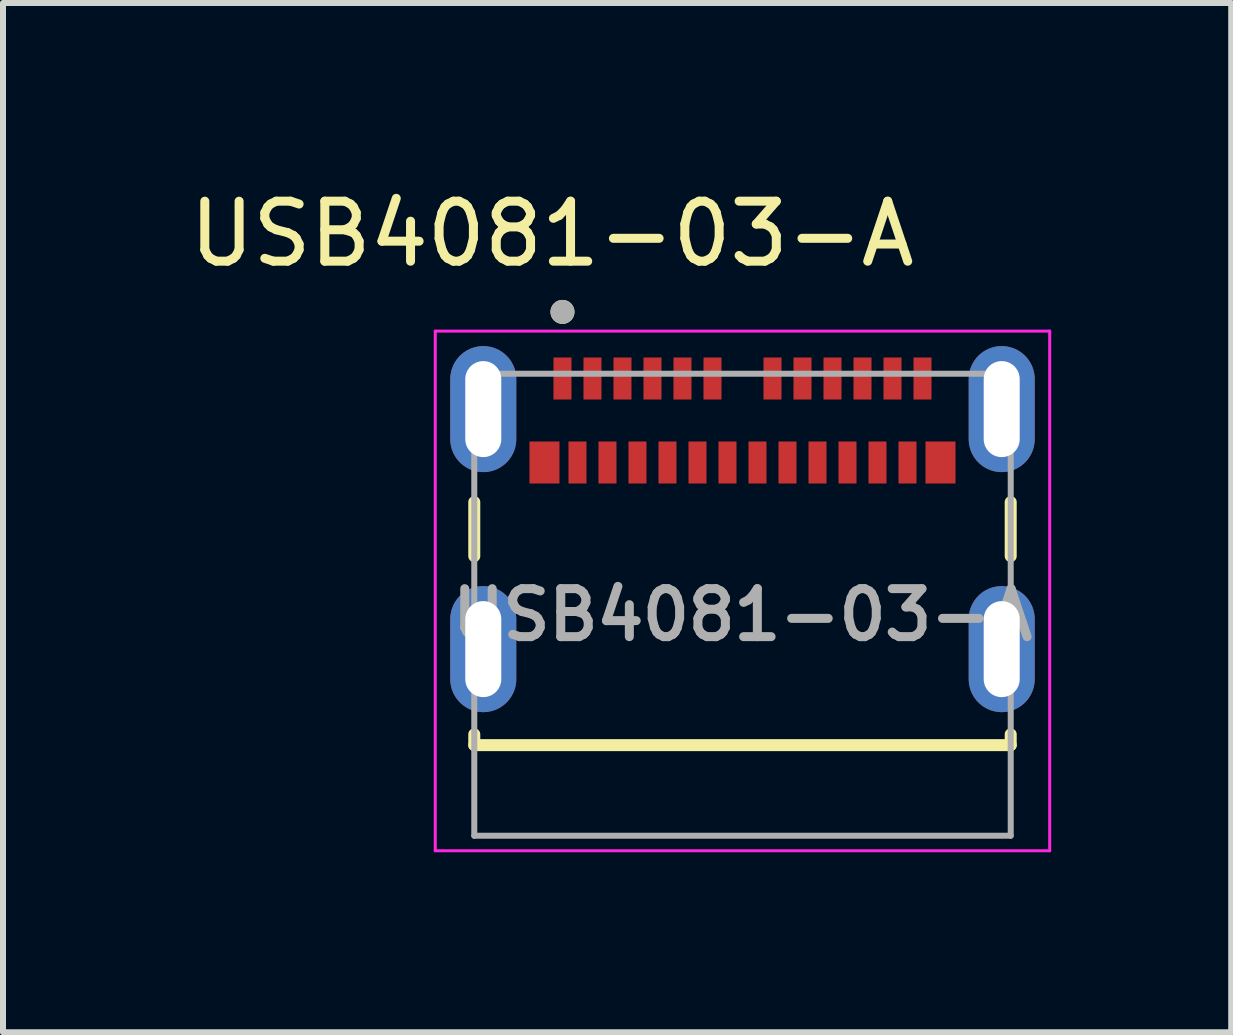
<source format=kicad_pcb>
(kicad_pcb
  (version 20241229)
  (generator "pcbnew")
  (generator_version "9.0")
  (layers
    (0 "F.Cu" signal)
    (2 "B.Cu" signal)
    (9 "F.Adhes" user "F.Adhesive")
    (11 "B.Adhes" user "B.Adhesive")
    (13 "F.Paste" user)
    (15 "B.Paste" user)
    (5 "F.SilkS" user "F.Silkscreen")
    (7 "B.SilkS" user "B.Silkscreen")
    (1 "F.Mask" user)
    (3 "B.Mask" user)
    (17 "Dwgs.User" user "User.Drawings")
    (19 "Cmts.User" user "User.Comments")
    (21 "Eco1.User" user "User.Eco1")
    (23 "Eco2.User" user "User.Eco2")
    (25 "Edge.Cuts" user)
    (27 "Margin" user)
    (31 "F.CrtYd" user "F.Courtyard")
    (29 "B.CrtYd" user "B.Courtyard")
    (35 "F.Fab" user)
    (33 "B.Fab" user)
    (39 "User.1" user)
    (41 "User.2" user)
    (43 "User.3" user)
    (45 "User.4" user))
  (footprint "USB4081-03-A"
    (layer "F.Cu")
    (at 9.324 7.198)
    (property "Reference" "USB4081-03-A" (at -3.175 -6.35 0) (layer "F.SilkS") (effects (font (size 1 1) (thickness 0.15))))
    (attr smd)
    (fp_line (start -4.47 -1.88) (end -4.47 -0.98) (stroke (width 0.2) (type solid)) (layer "F.SilkS"))
    (fp_line (start -4.47 2.17) (end -4.47 1.99) (stroke (width 0.2) (type solid)) (layer "F.SilkS"))
    (fp_line (start 4.47 -1.88) (end 4.47 -0.98) (stroke (width 0.2) (type solid)) (layer "F.SilkS"))
    (fp_line (start 4.47 2.17) (end -4.47 2.17) (stroke (width 0.2) (type solid)) (layer "F.SilkS"))
    (fp_line (start 4.47 2.17) (end 4.47 1.99) (stroke (width 0.2) (type solid)) (layer "F.SilkS"))
    (fp_circle (center -3 -5.05) (end -2.9 -5.05) (stroke (width 0.2) (type solid)) (fill no) (layer "F.SilkS"))
    (fp_line (start -5.12 -4.73) (end -5.12 3.93) (stroke (width 0.05) (type solid)) (layer "F.CrtYd"))
    (fp_line (start -5.12 3.93) (end 5.12 3.93) (stroke (width 0.05) (type solid)) (layer "F.CrtYd"))
    (fp_line (start 5.12 -4.73) (end -5.12 -4.73) (stroke (width 0.05) (type solid)) (layer "F.CrtYd"))
    (fp_line (start 5.12 3.93) (end 5.12 -4.73) (stroke (width 0.05) (type solid)) (layer "F.CrtYd"))
    (fp_line (start -4.47 -4.02) (end 4.47 -4.02) (stroke (width 0.1) (type solid)) (layer "F.Fab"))
    (fp_line (start -4.47 3.68) (end -4.47 -4.02) (stroke (width 0.1) (type solid)) (layer "F.Fab"))
    (fp_line (start 4.47 -4.02) (end 4.47 3.68) (stroke (width 0.1) (type solid)) (layer "F.Fab"))
    (fp_line (start 4.47 3.68) (end -4.47 3.68) (stroke (width 0.1) (type solid)) (layer "F.Fab"))
    (fp_circle (center -3 -5.05) (end -2.9 -5.05) (stroke (width 0.2) (type solid)) (fill no) (layer "F.Fab"))
    (fp_text user "${REFERENCE}" (at 0 0 0) (layer "F.Fab") (effects (font (size 0.8 0.8) (thickness 0.15))))
    (pad "A1" smd rect (at -3 -3.94) (size 0.3 0.7) (layers "F.Cu" "F.Mask" "F.Paste"))
    (pad "A2" smd rect (at -2.5 -3.94) (size 0.3 0.7) (layers "F.Cu" "F.Mask" "F.Paste"))
    (pad "A3" smd rect (at -2 -3.94) (size 0.3 0.7) (layers "F.Cu" "F.Mask" "F.Paste"))
    (pad "A4" smd rect (at -1.5 -3.94) (size 0.3 0.7) (layers "F.Cu" "F.Mask" "F.Paste"))
    (pad "A5" smd rect (at -1 -3.94) (size 0.3 0.7) (layers "F.Cu" "F.Mask" "F.Paste"))
    (pad "A6" smd rect (at -0.5 -3.94) (size 0.3 0.7) (layers "F.Cu" "F.Mask" "F.Paste"))
    (pad "A7" smd rect (at 0.5 -3.94) (size 0.3 0.7) (layers "F.Cu" "F.Mask" "F.Paste"))
    (pad "A8" smd rect (at 1 -3.94) (size 0.3 0.7) (layers "F.Cu" "F.Mask" "F.Paste"))
    (pad "A9" smd rect (at 1.5 -3.94) (size 0.3 0.7) (layers "F.Cu" "F.Mask" "F.Paste"))
    (pad "A10" smd rect (at 2 -3.94) (size 0.3 0.7) (layers "F.Cu" "F.Mask" "F.Paste"))
    (pad "A11" smd rect (at 2.5 -3.94) (size 0.3 0.7) (layers "F.Cu" "F.Mask" "F.Paste"))
    (pad "A12" smd rect (at 3 -3.94) (size 0.3 0.7) (layers "F.Cu" "F.Mask" "F.Paste"))
    (pad "B1" smd rect (at 2.75 -2.54) (size 0.3 0.7) (layers "F.Cu" "F.Mask" "F.Paste"))
    (pad "B2" smd rect (at 2.25 -2.54) (size 0.3 0.7) (layers "F.Cu" "F.Mask" "F.Paste"))
    (pad "B3" smd rect (at 1.75 -2.54) (size 0.3 0.7) (layers "F.Cu" "F.Mask" "F.Paste"))
    (pad "B4" smd rect (at 1.25 -2.54) (size 0.3 0.7) (layers "F.Cu" "F.Mask" "F.Paste"))
    (pad "B5" smd rect (at 0.75 -2.54) (size 0.3 0.7) (layers "F.Cu" "F.Mask" "F.Paste"))
    (pad "B6" smd rect (at 0.25 -2.54) (size 0.3 0.7) (layers "F.Cu" "F.Mask" "F.Paste"))
    (pad "B7" smd rect (at -0.25 -2.54) (size 0.3 0.7) (layers "F.Cu" "F.Mask" "F.Paste"))
    (pad "B8" smd rect (at -0.75 -2.54) (size 0.3 0.7) (layers "F.Cu" "F.Mask" "F.Paste"))
    (pad "B9" smd rect (at -1.25 -2.54) (size 0.3 0.7) (layers "F.Cu" "F.Mask" "F.Paste"))
    (pad "B10" smd rect (at -1.75 -2.54) (size 0.3 0.7) (layers "F.Cu" "F.Mask" "F.Paste"))
    (pad "B11" smd rect (at -2.25 -2.54) (size 0.3 0.7) (layers "F.Cu" "F.Mask" "F.Paste"))
    (pad "B12" smd rect (at -2.75 -2.54) (size 0.3 0.7) (layers "F.Cu" "F.Mask" "F.Paste"))
    (pad "S1" thru_hole oval (at -4.32 0.57) (size 1.1 2.1) (drill oval 0.6 1.6) (layers "*.Cu" "*.Mask"))
    (pad "S2" thru_hole oval (at 4.32 0.57) (size 1.1 2.1) (drill oval 0.6 1.6) (layers "*.Cu" "*.Mask"))
    (pad "S3" thru_hole oval (at -4.32 -3.43) (size 1.1 2.1) (drill oval 0.6 1.6) (layers "*.Cu" "*.Mask"))
    (pad "S4" thru_hole oval (at 4.32 -3.43) (size 1.1 2.1) (drill oval 0.6 1.6) (layers "*.Cu" "*.Mask"))
    (pad "S5" smd rect (at -3.3 -2.54) (size 0.5 0.7) (layers "F.Cu" "F.Mask" "F.Paste"))
    (pad "S6" smd rect (at 3.3 -2.54) (size 0.5 0.7) (layers "F.Cu" "F.Mask" "F.Paste")))
  (gr_rect
    (start -3 -3)
    (end 17.469 14.153)
    (stroke (width 0.1) (type default))
    (fill no)
    (layer "Edge.Cuts")))
</source>
